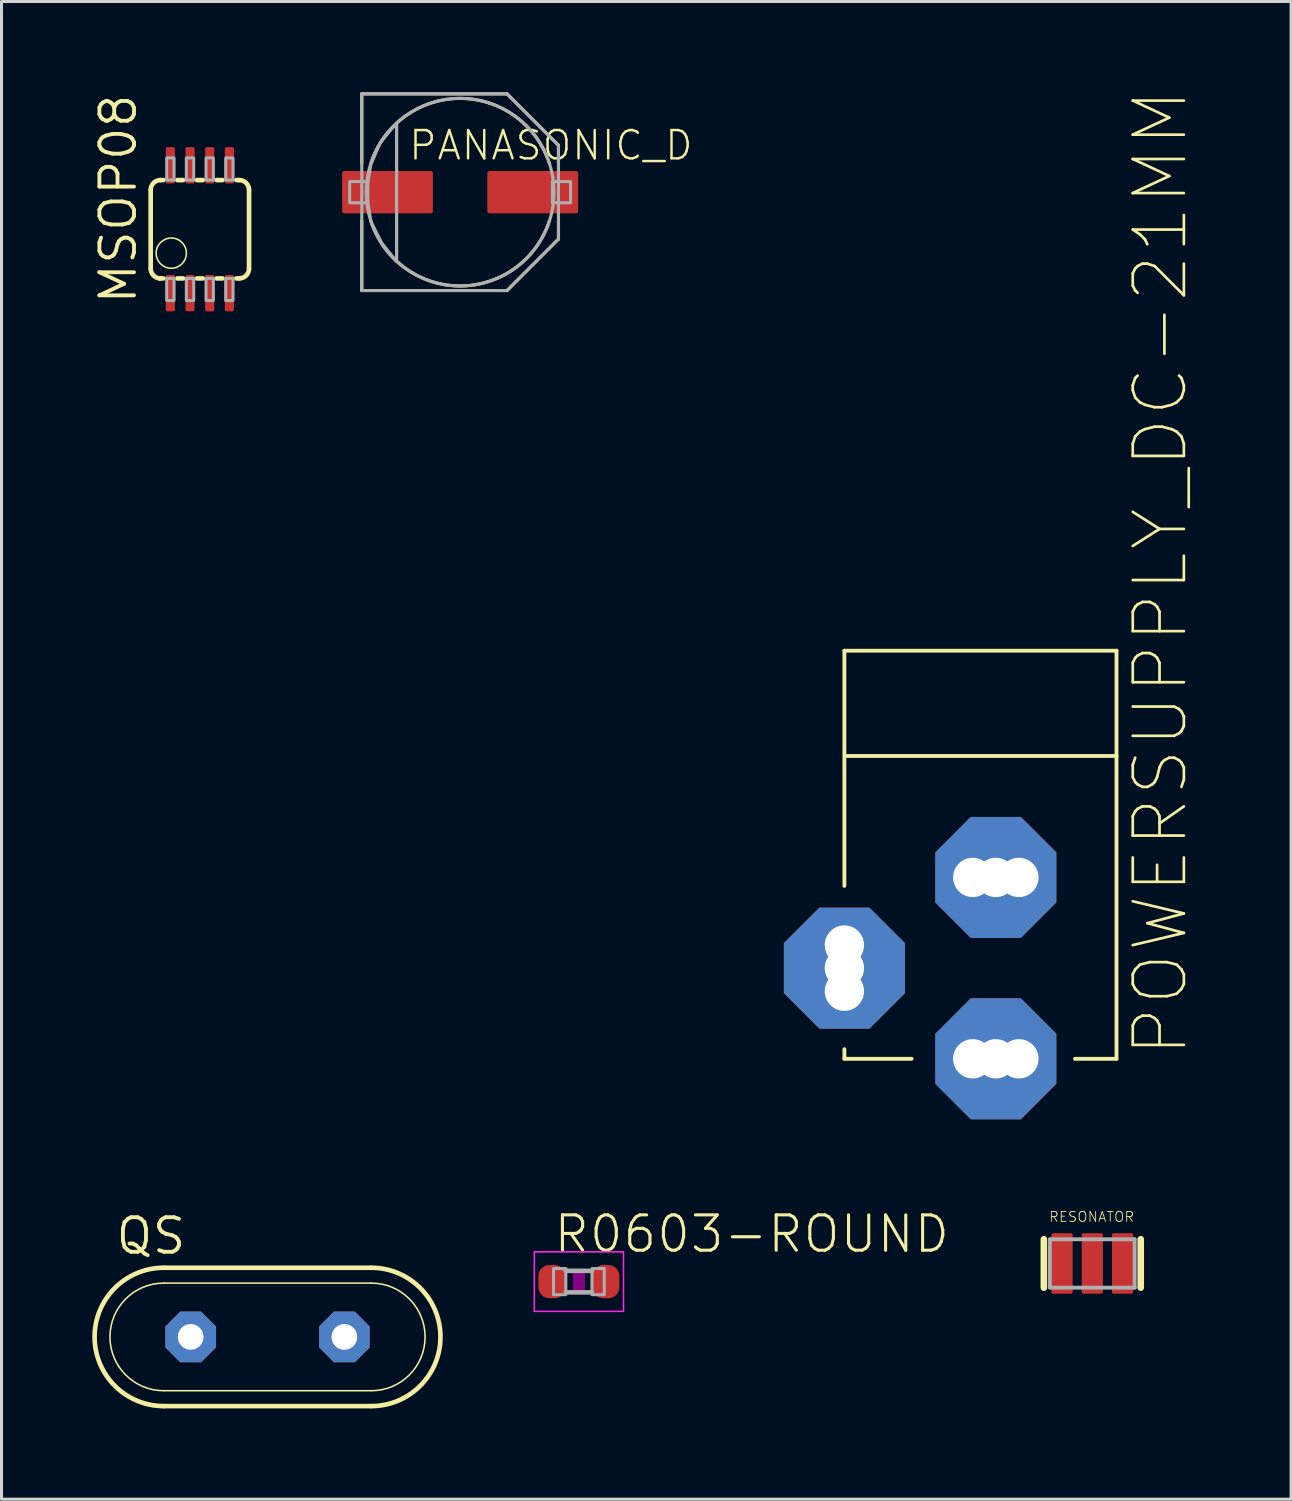
<source format=kicad_pcb>
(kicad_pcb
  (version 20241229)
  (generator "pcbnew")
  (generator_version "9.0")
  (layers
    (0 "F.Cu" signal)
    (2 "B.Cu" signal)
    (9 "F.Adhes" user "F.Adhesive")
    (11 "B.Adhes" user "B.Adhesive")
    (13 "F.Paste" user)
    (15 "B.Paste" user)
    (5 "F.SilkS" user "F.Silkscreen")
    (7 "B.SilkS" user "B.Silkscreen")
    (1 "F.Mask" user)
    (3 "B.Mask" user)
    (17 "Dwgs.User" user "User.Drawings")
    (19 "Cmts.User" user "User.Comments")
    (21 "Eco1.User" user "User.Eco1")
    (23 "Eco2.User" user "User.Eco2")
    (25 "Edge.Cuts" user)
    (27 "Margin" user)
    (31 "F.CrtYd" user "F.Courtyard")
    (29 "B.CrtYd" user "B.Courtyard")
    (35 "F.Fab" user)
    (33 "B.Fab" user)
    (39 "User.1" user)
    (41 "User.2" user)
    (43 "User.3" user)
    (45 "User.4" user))
  (footprint "POWERSUPPLY_DC-21MM"
    (layer "F.Cu")
    (at 29.935 25.591)
    (property "Reference" "POWERSUPPLY_DC-21MM" (at 6.35 6.35 90) (layer "F.SilkS") (effects (font (size 1.689 1.689) (thickness 0.089)) (justify left bottom)))
    (fp_line (start -5.08 -7.137) (end -5.08 0.635) (stroke (width 0.127) (type solid)) (layer "F.SilkS"))
    (fp_line (start -5.08 6.35) (end -5.08 6.032) (stroke (width 0.127) (type solid)) (layer "F.SilkS"))
    (fp_line (start -5.055 -3.658) (end 3.912 -3.658) (stroke (width 0.127) (type solid)) (layer "F.SilkS"))
    (fp_line (start -2.857 6.35) (end -5.08 6.35) (stroke (width 0.127) (type solid)) (layer "F.SilkS"))
    (fp_line (start 2.54 6.35) (end 3.912 6.35) (stroke (width 0.127) (type solid)) (layer "F.SilkS"))
    (fp_line (start 3.912 -7.137) (end -5.08 -7.137) (stroke (width 0.127) (type solid)) (layer "F.SilkS"))
    (fp_line (start 3.912 -3.658) (end 3.912 -7.137) (stroke (width 0.127) (type solid)) (layer "F.SilkS"))
    (fp_line (start 3.912 6.35) (end 3.912 -3.658) (stroke (width 0.127) (type solid)) (layer "F.SilkS"))
    (pad "1" thru_hole roundrect (at -5.08 3.353 90) (size 4 4) (drill 1.3) (layers "*.Cu" "*.Mask") (roundrect_rratio 0.25) (chamfer_ratio 0.293) (chamfer top_left top_right bottom_left bottom_right))
    (pad "2" thru_hole roundrect (at -0.076 6.35) (size 4 4) (drill 1.3) (layers "*.Cu" "*.Mask") (roundrect_rratio 0.25) (chamfer_ratio 0.293) (chamfer top_left top_right bottom_left bottom_right))
    (pad "3" thru_hole roundrect (at -0.076 0.356) (size 4 4) (drill 1.3) (layers "*.Cu" "*.Mask") (roundrect_rratio 0.25) (chamfer_ratio 0.293) (chamfer top_left top_right bottom_left bottom_right))
    (pad "4" thru_hole circle (at -5.08 4.115) (size 1.95 1.95) (drill 1.3) (layers "*.Cu" "*.Mask"))
    (pad "5" thru_hole circle (at -5.08 2.591) (size 1.95 1.95) (drill 1.3) (layers "*.Cu" "*.Mask"))
    (pad "6" thru_hole circle (at -0.838 0.356) (size 1.95 1.95) (drill 1.3) (layers "*.Cu" "*.Mask"))
    (pad "7" thru_hole circle (at 0.686 0.356) (size 1.95 1.95) (drill 1.3) (layers "*.Cu" "*.Mask"))
    (pad "8" thru_hole circle (at -0.838 6.35) (size 1.95 1.95) (drill 1.3) (layers "*.Cu" "*.Mask"))
    (pad "9" thru_hole circle (at 0.686 6.35) (size 1.95 1.95) (drill 1.3) (layers "*.Cu" "*.Mask")))
  (footprint "PANASONIC_D"
    (layer "F.Cu")
    (at 12.156 3.301)
    (property "Reference" "PANASONIC_D" (at -1.75 -1 0) (layer "F.SilkS") (effects (font (size 0.935 0.935) (thickness 0.081)) (justify left bottom)))
    (fp_line (start -3.25 -3.25) (end 1.55 -3.25) (stroke (width 0.102) (type solid)) (layer "F.SilkS"))
    (fp_line (start -3.25 -0.95) (end -3.25 -3.25) (stroke (width 0.102) (type solid)) (layer "F.SilkS"))
    (fp_line (start -3.25 3.25) (end -3.25 0.95) (stroke (width 0.102) (type solid)) (layer "F.SilkS"))
    (fp_line (start 1.55 -3.25) (end 3.25 -1.55) (stroke (width 0.102) (type solid)) (layer "F.SilkS"))
    (fp_line (start 1.55 3.25) (end -3.25 3.25) (stroke (width 0.102) (type solid)) (layer "F.SilkS"))
    (fp_line (start 3.25 -1.55) (end 3.25 -0.95) (stroke (width 0.102) (type solid)) (layer "F.SilkS"))
    (fp_line (start 3.25 0.95) (end 3.25 1.55) (stroke (width 0.102) (type solid)) (layer "F.SilkS"))
    (fp_line (start 3.25 1.55) (end 1.55 3.25) (stroke (width 0.102) (type solid)) (layer "F.SilkS"))
    (fp_arc (start -2.95 -0.95) (mid 0 -3.099193) (end 2.95 -0.95) (stroke (width 0.1016) (type solid)) (layer "F.SilkS"))
    (fp_arc (start 2.95 0.95) (mid 0 3.099193) (end -2.95 0.95) (stroke (width 0.1016) (type solid)) (layer "F.SilkS"))
    (fp_line (start -3.25 -3.25) (end 1.55 -3.25) (stroke (width 0.102) (type solid)) (layer "F.Fab"))
    (fp_line (start -3.25 3.25) (end -3.25 -3.25) (stroke (width 0.102) (type solid)) (layer "F.Fab"))
    (fp_line (start -2.1 -2.25) (end -2.1 2.2) (stroke (width 0.102) (type solid)) (layer "F.Fab"))
    (fp_line (start 1.55 -3.25) (end 3.25 -1.55) (stroke (width 0.102) (type solid)) (layer "F.Fab"))
    (fp_line (start 1.55 3.25) (end -3.25 3.25) (stroke (width 0.102) (type solid)) (layer "F.Fab"))
    (fp_line (start 3.25 -1.55) (end 3.25 1.55) (stroke (width 0.102) (type solid)) (layer "F.Fab"))
    (fp_line (start 3.25 1.55) (end 1.55 3.25) (stroke (width 0.102) (type solid)) (layer "F.Fab"))
    (fp_circle (center 0 0) (end 3.1 0) (stroke (width 0.102) (type solid)) (fill no) (layer "F.Fab"))
    (fp_poly (pts (xy -3.65 0.35) (xy -3.05 0.35) (xy -3.05 -0.35) (xy -3.65 -0.35)) (stroke (width 0.1) (type solid)) (fill no) (layer "F.Fab"))
    (fp_poly (pts (xy 3.05 0.35) (xy 3.65 0.35) (xy 3.65 -0.35) (xy 3.05 -0.35)) (stroke (width 0.1) (type solid)) (fill no) (layer "F.Fab"))
    (fp_poly (pts (xy -2.099 2.295) (xy -2.593 1.678) (xy -2.949 0.966) (xy -3.101 -0.00022) (xy -2.949 -0.914) (xy -2.644 -1.627) (xy -2.099 -2.292)) (stroke (width 0.1) (type solid)) (fill no) (layer "F.Fab"))
    (pad "+" smd roundrect (at 2.4 0) (size 3 1.4) (layers "F.Cu" "F.Mask" "F.Paste") (roundrect_rratio 0.05))
    (pad "-" smd roundrect (at -2.4 0) (size 3 1.4) (layers "F.Cu" "F.Mask" "F.Paste") (roundrect_rratio 0.05)))
  (footprint "R0603-ROUND"
    (layer "F.Cu")
    (at 16.081 39.304)
    (property "Reference" "R0603-ROUND" (at -0.889 -0.889 0) (layer "F.SilkS") (effects (font (size 1.168 1.168) (thickness 0.102)) (justify left bottom)))
    (fp_poly (pts (xy -0.2 0.4) (xy 0.2 0.4) (xy 0.2 -0.4) (xy -0.2 -0.4)) (stroke (width 0) (type solid)) (fill yes) (layer "F.Adhes"))
    (fp_line (start -1.473 -0.983) (end 1.473 -0.983) (stroke (width 0.051) (type solid)) (layer "F.CrtYd"))
    (fp_line (start -1.473 0.983) (end -1.473 -0.983) (stroke (width 0.051) (type solid)) (layer "F.CrtYd"))
    (fp_line (start 1.473 -0.983) (end 1.473 0.983) (stroke (width 0.051) (type solid)) (layer "F.CrtYd"))
    (fp_line (start 1.473 0.983) (end -1.473 0.983) (stroke (width 0.051) (type solid)) (layer "F.CrtYd"))
    (fp_line (start -0.432 0.356) (end 0.432 0.356) (stroke (width 0.152) (type solid)) (layer "F.Fab"))
    (fp_line (start 0.432 -0.356) (end -0.432 -0.356) (stroke (width 0.152) (type solid)) (layer "F.Fab"))
    (fp_poly (pts (xy -0.838 0.432) (xy -0.432 0.432) (xy -0.432 -0.432) (xy -0.838 -0.432)) (stroke (width 0.1) (type solid)) (fill no) (layer "F.Fab"))
    (fp_poly (pts (xy 0.432 0.432) (xy 0.838 0.432) (xy 0.838 -0.432) (xy 0.432 -0.432)) (stroke (width 0.1) (type solid)) (fill no) (layer "F.Fab"))
    (pad "1" smd roundrect (at -0.889 0) (size 0.898 1.1) (layers "F.Cu" "F.Mask" "F.Paste") (roundrect_rratio 0.4))
    (pad "2" smd roundrect (at 0.889 0) (size 0.898 1.1) (layers "F.Cu" "F.Mask" "F.Paste") (roundrect_rratio 0.4)))
  (footprint "RESONATOR"
    (layer "F.Cu")
    (at 33.048 38.704)
    (property "Reference" "RESONATOR" (at -1.45 -1.35 0) (layer "F.SilkS") (effects (font (size 0.327 0.327) (thickness 0.028)) (justify left bottom)))
    (fp_line (start -1.6 -0.8) (end -1.6 0.8) (stroke (width 0.22) (type solid)) (layer "F.SilkS"))
    (fp_line (start 1.6 -0.8) (end 1.6 0.8) (stroke (width 0.22) (type solid)) (layer "F.SilkS"))
    (fp_line (start -1.4 -0.8) (end 1.4 -0.8) (stroke (width 0.127) (type solid)) (layer "F.Fab"))
    (fp_line (start -1.4 0.8) (end -1.4 -0.8) (stroke (width 0.127) (type solid)) (layer "F.Fab"))
    (fp_line (start 1.4 -0.8) (end 1.4 0.8) (stroke (width 0.127) (type solid)) (layer "F.Fab"))
    (fp_line (start 1.4 0.8) (end -1.4 0.8) (stroke (width 0.127) (type solid)) (layer "F.Fab"))
    (pad "1" smd roundrect (at -1 0 90) (size 2 0.7) (layers "F.Cu" "F.Mask" "F.Paste") (roundrect_rratio 0.073))
    (pad "2" smd roundrect (at 0 0 90) (size 2 0.7) (layers "F.Cu" "F.Mask" "F.Paste") (roundrect_rratio 0.073))
    (pad "3" smd roundrect (at 1 0 90) (size 2 0.7) (layers "F.Cu" "F.Mask" "F.Paste") (roundrect_rratio 0.073)))
  (footprint "QS"
    (layer "F.Cu")
    (at 5.791 41.132)
    (property "Reference" "QS" (at -5.08 -2.667 0) (layer "F.SilkS") (effects (font (size 1.143 1.143) (thickness 0.127)) (justify left bottom)))
    (fp_line (start -3.429 1.778) (end 3.429 1.778) (stroke (width 0.051) (type solid)) (layer "F.SilkS"))
    (fp_line (start -3.429 2.286) (end 3.429 2.286) (stroke (width 0.152) (type solid)) (layer "F.SilkS"))
    (fp_line (start 3.429 -2.286) (end -3.429 -2.286) (stroke (width 0.152) (type solid)) (layer "F.SilkS"))
    (fp_line (start 3.429 -1.778) (end -3.429 -1.778) (stroke (width 0.051) (type solid)) (layer "F.SilkS"))
    (fp_arc (start -3.429 1.778) (mid -5.207 0) (end -3.429 -1.778) (stroke (width 0.0508) (type solid)) (layer "F.SilkS"))
    (fp_arc (start -3.429 2.286) (mid -5.715 0) (end -3.429 -2.286) (stroke (width 0.1524) (type solid)) (layer "F.SilkS"))
    (fp_arc (start 3.429 -2.286) (mid 5.715 0) (end 3.429 2.286) (stroke (width 0.1524) (type solid)) (layer "F.SilkS"))
    (fp_arc (start 3.429 -1.778) (mid 5.207 0) (end 3.429 1.778) (stroke (width 0.0508) (type solid)) (layer "F.SilkS"))
    (pad "1" thru_hole roundrect (at -2.54 0 90) (size 1.676 1.676) (drill 0.85) (layers "*.Cu" "*.Mask") (roundrect_rratio 0.25) (chamfer_ratio 0.293) (chamfer top_left top_right bottom_left bottom_right))
    (pad "2" thru_hole roundrect (at 2.54 0 90) (size 1.676 1.676) (drill 0.85) (layers "*.Cu" "*.Mask") (roundrect_rratio 0.25) (chamfer_ratio 0.293) (chamfer top_left top_right bottom_left bottom_right)))
  (footprint "MSOP08"
    (layer "F.Cu")
    (at 3.556 4.525)
    (property "Reference" "MSOP08" (at -2.032 2.54 90) (layer "F.SilkS") (effects (font (size 1.143 1.143) (thickness 0.127)) (justify left bottom)))
    (fp_line (start -1.626 1.301) (end -1.626 -1.299) (stroke (width 0.152) (type solid)) (layer "F.SilkS"))
    (fp_line (start -1.341 1.626) (end -1.204 1.626) (stroke (width 0.152) (type solid)) (layer "F.SilkS"))
    (fp_line (start -1.301 -1.624) (end -1.204 -1.624) (stroke (width 0.152) (type solid)) (layer "F.SilkS"))
    (fp_line (start -0.747 -1.624) (end -0.554 -1.624) (stroke (width 0.152) (type solid)) (layer "F.SilkS"))
    (fp_line (start -0.747 1.626) (end -0.554 1.626) (stroke (width 0.152) (type solid)) (layer "F.SilkS"))
    (fp_line (start -0.097 -1.624) (end 0.096 -1.624) (stroke (width 0.152) (type solid)) (layer "F.SilkS"))
    (fp_line (start -0.097 1.626) (end 0.096 1.626) (stroke (width 0.152) (type solid)) (layer "F.SilkS"))
    (fp_line (start 0.553 -1.624) (end 0.746 -1.624) (stroke (width 0.152) (type solid)) (layer "F.SilkS"))
    (fp_line (start 0.553 1.626) (end 0.746 1.626) (stroke (width 0.152) (type solid)) (layer "F.SilkS"))
    (fp_line (start 1.203 -1.624) (end 1.299 -1.624) (stroke (width 0.152) (type solid)) (layer "F.SilkS"))
    (fp_line (start 1.203 1.626) (end 1.299 1.626) (stroke (width 0.152) (type solid)) (layer "F.SilkS"))
    (fp_line (start 1.624 -1.299) (end 1.624 1.301) (stroke (width 0.152) (type solid)) (layer "F.SilkS"))
    (fp_arc (start -1.626 -1.299) (mid -1.53081 -1.52881) (end -1.301 -1.624) (stroke (width 0.1524) (type solid)) (layer "F.SilkS"))
    (fp_arc (start -1.301 1.626) (mid -1.53081 1.53081) (end -1.626 1.301) (stroke (width 0.1524) (type solid)) (layer "F.SilkS"))
    (fp_arc (start 1.299 -1.624) (mid 1.52881 -1.52881) (end 1.624 -1.299) (stroke (width 0.1524) (type solid)) (layer "F.SilkS"))
    (fp_arc (start 1.624 1.301) (mid 1.52881 1.53081) (end 1.299 1.626) (stroke (width 0.1524) (type solid)) (layer "F.SilkS"))
    (fp_circle (center -0.946 0.791) (end -0.446 0.791) (stroke (width 0.051) (type solid)) (fill no) (layer "F.SilkS"))
    (fp_poly (pts (xy -1.097 -1.624) (xy -0.854 -1.624) (xy -0.854 -2.356) (xy -1.097 -2.356)) (stroke (width 0.1) (type solid)) (fill no) (layer "F.Fab"))
    (fp_poly (pts (xy -1.097 2.357) (xy -0.854 2.357) (xy -0.854 1.626) (xy -1.097 1.626)) (stroke (width 0.1) (type solid)) (fill no) (layer "F.Fab"))
    (fp_poly (pts (xy -0.448 -1.624) (xy -0.204 -1.624) (xy -0.204 -2.356) (xy -0.448 -2.356)) (stroke (width 0.1) (type solid)) (fill no) (layer "F.Fab"))
    (fp_poly (pts (xy -0.448 2.357) (xy -0.204 2.357) (xy -0.204 1.626) (xy -0.448 1.626)) (stroke (width 0.1) (type solid)) (fill no) (layer "F.Fab"))
    (fp_poly (pts (xy 0.203 -1.624) (xy 0.446 -1.624) (xy 0.446 -2.356) (xy 0.203 -2.356)) (stroke (width 0.1) (type solid)) (fill no) (layer "F.Fab"))
    (fp_poly (pts (xy 0.203 2.357) (xy 0.446 2.357) (xy 0.446 1.626) (xy 0.203 1.626)) (stroke (width 0.1) (type solid)) (fill no) (layer "F.Fab"))
    (fp_poly (pts (xy 0.853 -1.624) (xy 1.096 -1.624) (xy 1.096 -2.356) (xy 0.853 -2.356)) (stroke (width 0.1) (type solid)) (fill no) (layer "F.Fab"))
    (fp_poly (pts (xy 0.853 2.357) (xy 1.096 2.357) (xy 1.096 1.626) (xy 0.853 1.626)) (stroke (width 0.1) (type solid)) (fill no) (layer "F.Fab"))
    (pad "1" smd roundrect (at -0.976 2.113) (size 0.3 1.2) (layers "F.Cu" "F.Mask" "F.Paste") (roundrect_rratio 0.169))
    (pad "2" smd roundrect (at -0.326 2.113) (size 0.3 1.2) (layers "F.Cu" "F.Mask" "F.Paste") (roundrect_rratio 0.169))
    (pad "3" smd roundrect (at 0.324 2.113) (size 0.3 1.2) (layers "F.Cu" "F.Mask" "F.Paste") (roundrect_rratio 0.169))
    (pad "4" smd roundrect (at 0.974 2.113) (size 0.3 1.2) (layers "F.Cu" "F.Mask" "F.Paste") (roundrect_rratio 0.169))
    (pad "5" smd roundrect (at 0.974 -2.112) (size 0.3 1.2) (layers "F.Cu" "F.Mask" "F.Paste") (roundrect_rratio 0.169))
    (pad "6" smd roundrect (at 0.324 -2.112) (size 0.3 1.2) (layers "F.Cu" "F.Mask" "F.Paste") (roundrect_rratio 0.169))
    (pad "7" smd roundrect (at -0.326 -2.112) (size 0.3 1.2) (layers "F.Cu" "F.Mask" "F.Paste") (roundrect_rratio 0.169))
    (pad "8" smd roundrect (at -0.976 -2.112) (size 0.3 1.2) (layers "F.Cu" "F.Mask" "F.Paste") (roundrect_rratio 0.169)))
  (gr_rect
    (start -3 -3)
    (end 39.617 46.495)
    (stroke (width 0.1) (type default))
    (fill no)
    (layer "Edge.Cuts")))
</source>
